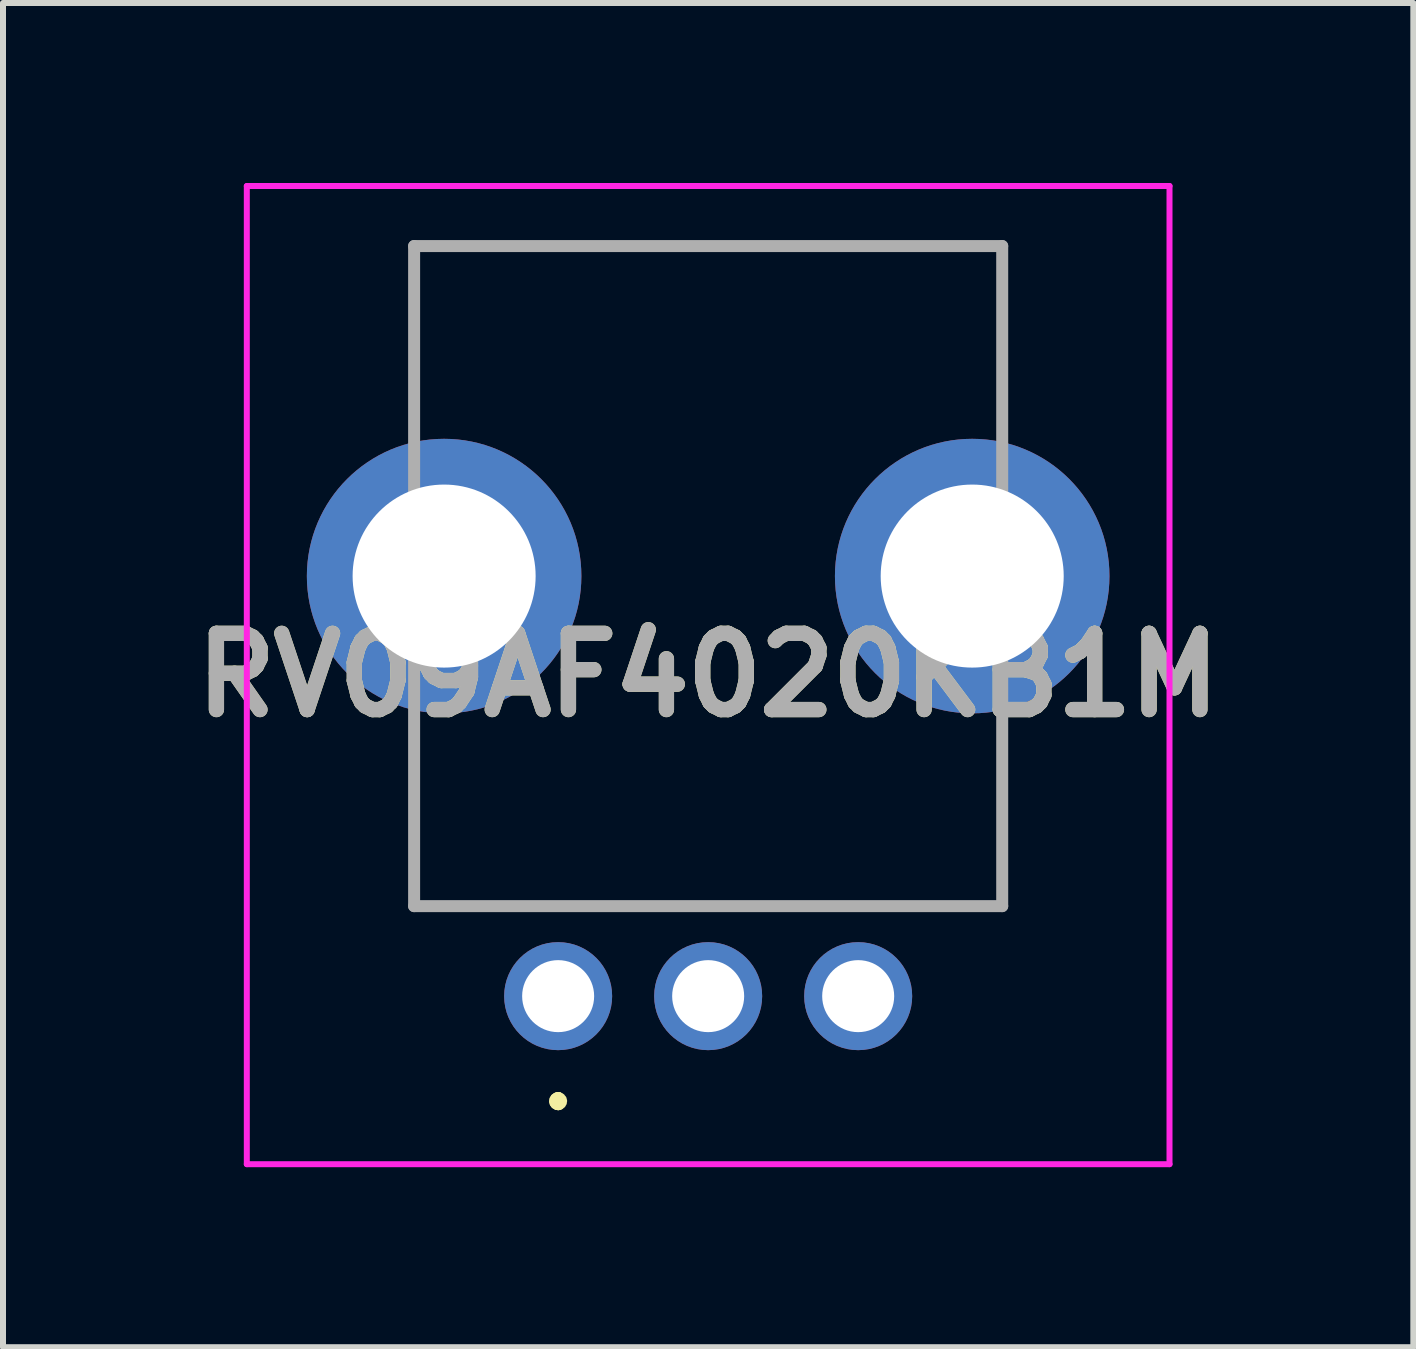
<source format=kicad_pcb>
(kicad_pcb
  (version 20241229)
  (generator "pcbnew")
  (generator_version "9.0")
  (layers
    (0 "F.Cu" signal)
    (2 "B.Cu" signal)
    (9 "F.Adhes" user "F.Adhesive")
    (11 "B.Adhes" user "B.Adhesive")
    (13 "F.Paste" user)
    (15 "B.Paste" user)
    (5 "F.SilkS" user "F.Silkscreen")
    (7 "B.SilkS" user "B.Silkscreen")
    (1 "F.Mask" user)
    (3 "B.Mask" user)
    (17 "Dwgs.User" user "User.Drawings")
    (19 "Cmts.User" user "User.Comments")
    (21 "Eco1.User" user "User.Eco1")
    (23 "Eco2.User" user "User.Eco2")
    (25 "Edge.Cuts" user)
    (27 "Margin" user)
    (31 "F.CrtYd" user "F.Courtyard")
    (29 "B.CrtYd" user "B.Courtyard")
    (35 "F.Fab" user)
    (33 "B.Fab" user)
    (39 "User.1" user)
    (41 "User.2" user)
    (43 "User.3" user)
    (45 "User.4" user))
  (footprint "RV09AF4020KB1M"
    (layer "F.Cu")
    (at 6.251 13.55)
    (property "Reference" "RV09AF4020KB1M" (at 2.5 -5.35 0) (layer "F.SilkS") (effects (font (size 1.27 1.27) (thickness 0.254))))
    (attr through_hole)
    (fp_line (start -2.4 -12.5) (end -2.4 -12.5) (stroke (width 0.1) (type solid)) (layer "F.SilkS"))
    (fp_line (start -2.4 -12.5) (end -2.4 -12.5) (stroke (width 0.1) (type solid)) (layer "F.SilkS"))
    (fp_line (start -2.4 -12.5) (end -2.4 -9.75) (stroke (width 0.1) (type solid)) (layer "F.SilkS"))
    (fp_line (start -2.4 -12.5) (end 7.4 -12.5) (stroke (width 0.1) (type solid)) (layer "F.SilkS"))
    (fp_line (start -2.4 -9.75) (end -2.4 -12.5) (stroke (width 0.1) (type solid)) (layer "F.SilkS"))
    (fp_line (start -2.4 -9.75) (end -2.4 -9.75) (stroke (width 0.1) (type solid)) (layer "F.SilkS"))
    (fp_line (start -2.4 -4.25) (end -2.4 -4.25) (stroke (width 0.1) (type solid)) (layer "F.SilkS"))
    (fp_line (start -2.4 -4.25) (end -2.4 -1.5) (stroke (width 0.1) (type solid)) (layer "F.SilkS"))
    (fp_line (start -2.4 -1.5) (end -2.4 -4.25) (stroke (width 0.1) (type solid)) (layer "F.SilkS"))
    (fp_line (start -2.4 -1.5) (end -2.4 -1.5) (stroke (width 0.1) (type solid)) (layer "F.SilkS"))
    (fp_line (start -2.4 -1.5) (end -2.4 -1.5) (stroke (width 0.1) (type solid)) (layer "F.SilkS"))
    (fp_line (start -2.4 -1.5) (end 7.4 -1.5) (stroke (width 0.1) (type solid)) (layer "F.SilkS"))
    (fp_line (start 0 1.7) (end 0 1.7) (stroke (width 0.2) (type solid)) (layer "F.SilkS"))
    (fp_line (start 0 1.7) (end 0 1.7) (stroke (width 0.2) (type solid)) (layer "F.SilkS"))
    (fp_line (start 0 1.8) (end 0 1.8) (stroke (width 0.2) (type solid)) (layer "F.SilkS"))
    (fp_line (start 7.4 -12.5) (end -2.4 -12.5) (stroke (width 0.1) (type solid)) (layer "F.SilkS"))
    (fp_line (start 7.4 -12.5) (end 7.4 -12.5) (stroke (width 0.1) (type solid)) (layer "F.SilkS"))
    (fp_line (start 7.4 -12.5) (end 7.4 -12.5) (stroke (width 0.1) (type solid)) (layer "F.SilkS"))
    (fp_line (start 7.4 -12.5) (end 7.4 -9.75) (stroke (width 0.1) (type solid)) (layer "F.SilkS"))
    (fp_line (start 7.4 -9.75) (end 7.4 -12.5) (stroke (width 0.1) (type solid)) (layer "F.SilkS"))
    (fp_line (start 7.4 -9.75) (end 7.4 -9.75) (stroke (width 0.1) (type solid)) (layer "F.SilkS"))
    (fp_line (start 7.4 -4.25) (end 7.4 -4.25) (stroke (width 0.1) (type solid)) (layer "F.SilkS"))
    (fp_line (start 7.4 -4.25) (end 7.4 -1.5) (stroke (width 0.1) (type solid)) (layer "F.SilkS"))
    (fp_line (start 7.4 -1.5) (end -2.4 -1.5) (stroke (width 0.1) (type solid)) (layer "F.SilkS"))
    (fp_line (start 7.4 -1.5) (end 7.4 -4.25) (stroke (width 0.1) (type solid)) (layer "F.SilkS"))
    (fp_line (start 7.4 -1.5) (end 7.4 -1.5) (stroke (width 0.1) (type solid)) (layer "F.SilkS"))
    (fp_line (start 7.4 -1.5) (end 7.4 -1.5) (stroke (width 0.1) (type solid)) (layer "F.SilkS"))
    (fp_arc (start 0 1.7) (mid 0.05 1.75) (end 0 1.8) (stroke (width 0.2) (type solid)) (layer "F.SilkS"))
    (fp_arc (start 0 1.8) (mid -0.05 1.75) (end 0 1.7) (stroke (width 0.2) (type solid)) (layer "F.SilkS"))
    (fp_arc (start 0 1.8) (mid -0.05 1.75) (end 0 1.7) (stroke (width 0.2) (type solid)) (layer "F.SilkS"))
    (fp_line (start -5.188 -13.5) (end 10.188 -13.5) (stroke (width 0.1) (type solid)) (layer "F.CrtYd"))
    (fp_line (start -5.188 2.8) (end -5.188 -13.5) (stroke (width 0.1) (type solid)) (layer "F.CrtYd"))
    (fp_line (start 10.188 -13.5) (end 10.188 2.8) (stroke (width 0.1) (type solid)) (layer "F.CrtYd"))
    (fp_line (start 10.188 2.8) (end -5.188 2.8) (stroke (width 0.1) (type solid)) (layer "F.CrtYd"))
    (fp_line (start -2.4 -12.5) (end -2.4 -1.5) (stroke (width 0.2) (type solid)) (layer "F.Fab"))
    (fp_line (start -2.4 -1.5) (end 7.4 -1.5) (stroke (width 0.2) (type solid)) (layer "F.Fab"))
    (fp_line (start 7.4 -12.5) (end -2.4 -12.5) (stroke (width 0.2) (type solid)) (layer "F.Fab"))
    (fp_line (start 7.4 -1.5) (end 7.4 -12.5) (stroke (width 0.2) (type solid)) (layer "F.Fab"))
    (fp_text user "${REFERENCE}" (at 2.5 -5.35 0) (layer "F.Fab") (effects (font (size 1.27 1.27) (thickness 0.254))))
    (pad "1" thru_hole circle (at 0 0) (size 1.8 1.8) (drill 1.2) (layers "*.Cu" "*.Mask"))
    (pad "2" thru_hole circle (at 2.5 0) (size 1.8 1.8) (drill 1.2) (layers "*.Cu" "*.Mask"))
    (pad "3" thru_hole circle (at 5 0) (size 1.8 1.8) (drill 1.2) (layers "*.Cu" "*.Mask"))
    (pad "MH1" thru_hole circle (at -1.9 -7) (size 4.575 4.575) (drill 3.05) (layers "*.Cu" "*.Mask"))
    (pad "MH2" thru_hole circle (at 6.9 -7) (size 4.575 4.575) (drill 3.05) (layers "*.Cu" "*.Mask")))
  (gr_rect
    (start -3 -3)
    (end 20.502 19.4)
    (stroke (width 0.1) (type default))
    (fill no)
    (layer "Edge.Cuts")))
</source>
